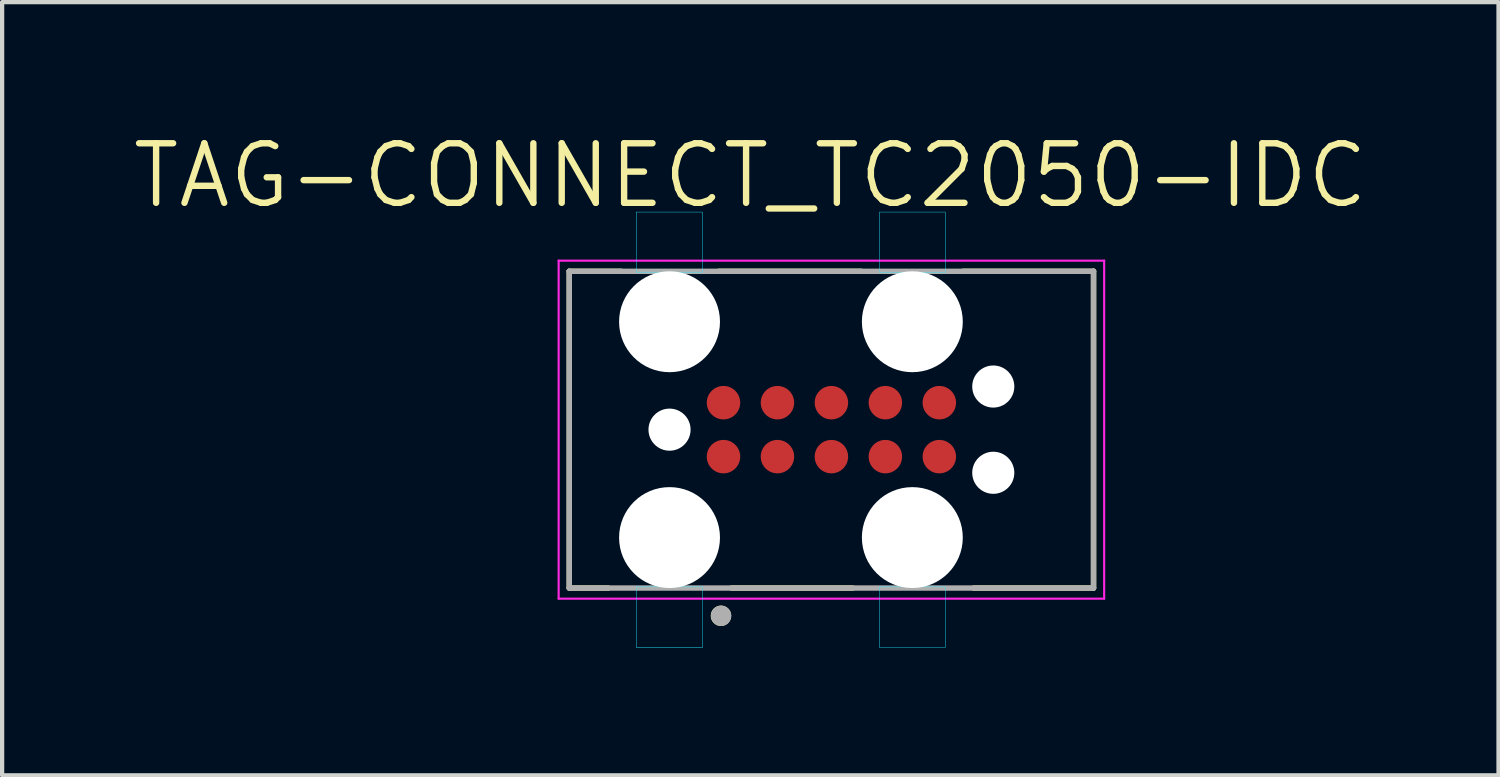
<source format=kicad_pcb>
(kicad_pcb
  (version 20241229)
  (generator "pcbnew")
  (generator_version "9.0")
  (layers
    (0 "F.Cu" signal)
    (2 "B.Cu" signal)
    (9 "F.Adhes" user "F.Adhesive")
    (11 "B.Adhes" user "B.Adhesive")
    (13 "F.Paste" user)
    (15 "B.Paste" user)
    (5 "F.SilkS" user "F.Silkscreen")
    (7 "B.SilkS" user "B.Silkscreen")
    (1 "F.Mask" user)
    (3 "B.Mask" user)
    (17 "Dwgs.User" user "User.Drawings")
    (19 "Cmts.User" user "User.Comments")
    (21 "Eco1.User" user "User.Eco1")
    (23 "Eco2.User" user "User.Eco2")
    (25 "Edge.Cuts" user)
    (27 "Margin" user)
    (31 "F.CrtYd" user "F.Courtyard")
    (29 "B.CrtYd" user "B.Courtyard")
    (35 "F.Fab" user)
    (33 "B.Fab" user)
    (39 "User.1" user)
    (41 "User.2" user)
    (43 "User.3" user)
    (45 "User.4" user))
  (footprint "TAG-CONNECT_TC2050-IDC"
    (layer "F.Cu")
    (at 16.519 7.063)
    (property "Reference" "TAG-CONNECT_TC2050-IDC" (at -1.908 -5.98 0) (layer "F.SilkS") (effects (font (size 1.402 1.402) (thickness 0.15))))
    (attr smd)
    (fp_line (start -6.17 -3.728) (end -4.95 -3.728) (stroke (width 0.127) (type solid)) (layer "F.SilkS"))
    (fp_line (start -6.17 3.728) (end -6.17 -3.728) (stroke (width 0.127) (type solid)) (layer "F.SilkS"))
    (fp_line (start -5.25 3.728) (end -6.17 3.728) (stroke (width 0.127) (type solid)) (layer "F.SilkS"))
    (fp_line (start -2.65 -3.728) (end 0.7 -3.728) (stroke (width 0.127) (type solid)) (layer "F.SilkS"))
    (fp_line (start 0.5 3.728) (end -2.35 3.728) (stroke (width 0.127) (type solid)) (layer "F.SilkS"))
    (fp_line (start 3.1 -3.728) (end 6.17 -3.728) (stroke (width 0.127) (type solid)) (layer "F.SilkS"))
    (fp_line (start 6.17 -3.728) (end 6.17 3.728) (stroke (width 0.127) (type solid)) (layer "F.SilkS"))
    (fp_line (start 6.17 3.728) (end 3.35 3.728) (stroke (width 0.127) (type solid)) (layer "F.SilkS"))
    (fp_circle (center -2.6 4.381) (end -2.48 4.381) (stroke (width 0.24) (type solid)) (fill no) (layer "F.SilkS"))
    (fp_poly (pts (xy -4.593 -5.122) (xy -3.035 -5.122) (xy -3.035 -3.707) (xy -4.593 -3.707)) (stroke (width 0.01) (type solid)) (fill no) (layer "B.CrtYd"))
    (fp_poly (pts (xy -4.59 3.7) (xy -3.035 3.7) (xy -3.035 5.129) (xy -4.59 5.129)) (stroke (width 0.01) (type solid)) (fill no) (layer "B.CrtYd"))
    (fp_poly (pts (xy 1.132 -5.122) (xy 2.679 -5.122) (xy 2.679 -3.706) (xy 1.132 -3.706)) (stroke (width 0.01) (type solid)) (fill no) (layer "B.CrtYd"))
    (fp_poly (pts (xy 1.132 3.7) (xy 2.679 3.7) (xy 2.679 5.13) (xy 1.132 5.13)) (stroke (width 0.01) (type solid)) (fill no) (layer "B.CrtYd"))
    (fp_line (start -6.42 -3.978) (end 6.42 -3.978) (stroke (width 0.05) (type solid)) (layer "F.CrtYd"))
    (fp_line (start -6.42 3.978) (end -6.42 -3.978) (stroke (width 0.05) (type solid)) (layer "F.CrtYd"))
    (fp_line (start 6.42 -3.978) (end 6.42 3.978) (stroke (width 0.05) (type solid)) (layer "F.CrtYd"))
    (fp_line (start 6.42 3.978) (end -6.42 3.978) (stroke (width 0.05) (type solid)) (layer "F.CrtYd"))
    (fp_line (start -6.17 -3.728) (end 6.17 -3.728) (stroke (width 0.127) (type solid)) (layer "F.Fab"))
    (fp_line (start -6.17 3.728) (end -6.17 -3.728) (stroke (width 0.127) (type solid)) (layer "F.Fab"))
    (fp_line (start 6.17 -3.728) (end 6.17 3.728) (stroke (width 0.127) (type solid)) (layer "F.Fab"))
    (fp_line (start 6.17 3.728) (end -6.17 3.728) (stroke (width 0.127) (type solid)) (layer "F.Fab"))
    (fp_circle (center -2.595 4.381) (end -2.475 4.381) (stroke (width 0.24) (type solid)) (fill no) (layer "F.Fab"))
    (pad "" np_thru_hole circle (at -3.81 -2.54) (size 2.375 2.375) (drill 2.375) (layers "*.Cu" "*.Mask"))
    (pad "" np_thru_hole circle (at -3.81 0) (size 0.991 0.991) (drill 0.991) (layers "*.Cu" "*.Mask"))
    (pad "" np_thru_hole circle (at -3.81 2.54) (size 2.375 2.375) (drill 2.375) (layers "*.Cu" "*.Mask"))
    (pad "" np_thru_hole circle (at 1.905 -2.54) (size 2.375 2.375) (drill 2.375) (layers "*.Cu" "*.Mask"))
    (pad "" np_thru_hole circle (at 1.905 2.54) (size 2.375 2.375) (drill 2.375) (layers "*.Cu" "*.Mask"))
    (pad "" np_thru_hole circle (at 3.81 -1.015) (size 0.991 0.991) (drill 0.991) (layers "*.Cu" "*.Mask"))
    (pad "" np_thru_hole circle (at 3.81 1.015) (size 0.991 0.991) (drill 0.991) (layers "*.Cu" "*.Mask"))
    (pad "1" smd circle (at -2.54 0.635) (size 0.787 0.787) (layers "F.Cu" "F.Mask"))
    (pad "2" smd circle (at -1.27 0.635) (size 0.787 0.787) (layers "F.Cu" "F.Mask"))
    (pad "3" smd circle (at 0 0.635) (size 0.787 0.787) (layers "F.Cu" "F.Mask"))
    (pad "4" smd circle (at 1.27 0.635) (size 0.787 0.787) (layers "F.Cu" "F.Mask"))
    (pad "5" smd circle (at 2.54 0.635) (size 0.787 0.787) (layers "F.Cu" "F.Mask"))
    (pad "6" smd circle (at 2.54 -0.635) (size 0.787 0.787) (layers "F.Cu" "F.Mask"))
    (pad "7" smd circle (at 1.27 -0.635) (size 0.787 0.787) (layers "F.Cu" "F.Mask"))
    (pad "8" smd circle (at 0 -0.635) (size 0.787 0.787) (layers "F.Cu" "F.Mask"))
    (pad "9" smd circle (at -1.27 -0.635) (size 0.787 0.787) (layers "F.Cu" "F.Mask"))
    (pad "10" smd circle (at -2.54 -0.635) (size 0.787 0.787) (layers "F.Cu" "F.Mask"))
    (zone (net_name "") (layer "F.Cu") (hatch full 0.508) (connect_pads) (min_thickness 0.0001) (filled_areas_thickness no) (keepout (tracks not_allowed) (vias not_allowed) (pads not_allowed) (copperpour not_allowed) (footprints allowed)) (placement (enabled no)) (fill) (polygon (pts (xy 13.979 7.063) (xy 13.979 7.305) (xy 19.059 7.305) (xy 19.059 6.822) (xy 13.979 6.822))))
    (zone (net_name "") (layer "F.Cu") (hatch full 0.508) (connect_pads) (min_thickness 0.0001) (filled_areas_thickness no) (keepout (tracks not_allowed) (vias not_allowed) (pads not_allowed) (copperpour not_allowed) (footprints allowed)) (placement (enabled no)) (fill) (polygon (pts (xy 13.979 7.305) (xy 15.249 7.304) (xy 15.228 7.305) (xy 15.208 7.306) (xy 15.187 7.309) (xy 15.167 7.313) (xy 15.147 7.318) (xy 15.127 7.324) (xy 15.108 7.33) (xy 15.089 7.338) (xy 15.07 7.347) (xy 15.052 7.357) (xy 15.035 7.368) (xy 15.018 7.379) (xy 15.001 7.392) (xy 14.986 7.405) (xy 14.971 7.42) (xy 14.956 7.435) (xy 14.943 7.45) (xy 14.93 7.467) (xy 14.919 7.484) (xy 14.908 7.501) (xy 14.898 7.519) (xy 14.889 7.538) (xy 14.881 7.557) (xy 14.875 7.576) (xy 14.869 7.596) (xy 14.864 7.616) (xy 14.86 7.636) (xy 14.857 7.657) (xy 14.856 7.677) (xy 14.855 7.698) (xy 14.373 7.698) (xy 14.372 7.677) (xy 14.371 7.657) (xy 14.368 7.636) (xy 14.364 7.616) (xy 14.359 7.596) (xy 14.353 7.576) (xy 14.347 7.557) (xy 14.339 7.538) (xy 14.33 7.519) (xy 14.32 7.501) (xy 14.309 7.484) (xy 14.298 7.467) (xy 14.285 7.45) (xy 14.272 7.435) (xy 14.257 7.42) (xy 14.242 7.405) (xy 14.227 7.392) (xy 14.21 7.379) (xy 14.193 7.368) (xy 14.176 7.357) (xy 14.158 7.347) (xy 14.139 7.338) (xy 14.12 7.33) (xy 14.101 7.324) (xy 14.081 7.318) (xy 14.061 7.313) (xy 14.041 7.309) (xy 14.02 7.306) (xy 14 7.305) (xy 13.979 7.304))))
    (zone (net_name "") (layer "F.Cu") (hatch full 0.508) (connect_pads) (min_thickness 0.0001) (filled_areas_thickness no) (keepout (tracks not_allowed) (vias not_allowed) (pads not_allowed) (copperpour not_allowed) (footprints allowed)) (placement (enabled no)) (fill) (polygon (pts (xy 15.249 6.822) (xy 13.979 6.822) (xy 14 6.821) (xy 14.02 6.82) (xy 14.041 6.817) (xy 14.061 6.813) (xy 14.081 6.808) (xy 14.101 6.802) (xy 14.12 6.796) (xy 14.139 6.788) (xy 14.158 6.779) (xy 14.176 6.769) (xy 14.193 6.758) (xy 14.21 6.747) (xy 14.227 6.734) (xy 14.242 6.721) (xy 14.257 6.706) (xy 14.272 6.691) (xy 14.285 6.676) (xy 14.298 6.659) (xy 14.309 6.642) (xy 14.32 6.625) (xy 14.33 6.607) (xy 14.339 6.588) (xy 14.347 6.569) (xy 14.353 6.55) (xy 14.359 6.53) (xy 14.364 6.51) (xy 14.368 6.49) (xy 14.371 6.469) (xy 14.372 6.449) (xy 14.373 6.428) (xy 14.855 6.428) (xy 14.856 6.449) (xy 14.857 6.469) (xy 14.86 6.49) (xy 14.864 6.51) (xy 14.869 6.53) (xy 14.875 6.55) (xy 14.881 6.569) (xy 14.889 6.588) (xy 14.898 6.607) (xy 14.908 6.625) (xy 14.919 6.642) (xy 14.93 6.659) (xy 14.943 6.676) (xy 14.956 6.691) (xy 14.971 6.706) (xy 14.986 6.721) (xy 15.001 6.734) (xy 15.018 6.747) (xy 15.035 6.758) (xy 15.052 6.769) (xy 15.07 6.779) (xy 15.089 6.788) (xy 15.108 6.796) (xy 15.127 6.802) (xy 15.147 6.808) (xy 15.167 6.813) (xy 15.187 6.817) (xy 15.208 6.82) (xy 15.228 6.821) (xy 15.249 6.822))))
    (zone (net_name "") (layer "F.Cu") (hatch full 0.508) (connect_pads) (min_thickness 0.0001) (filled_areas_thickness no) (keepout (tracks not_allowed) (vias not_allowed) (pads not_allowed) (copperpour not_allowed) (footprints allowed)) (placement (enabled no)) (fill) (polygon (pts (xy 15.249 7.305) (xy 16.519 7.304) (xy 16.498 7.305) (xy 16.478 7.306) (xy 16.457 7.309) (xy 16.437 7.313) (xy 16.417 7.318) (xy 16.397 7.324) (xy 16.378 7.33) (xy 16.359 7.338) (xy 16.34 7.347) (xy 16.322 7.357) (xy 16.305 7.368) (xy 16.288 7.379) (xy 16.271 7.392) (xy 16.256 7.405) (xy 16.241 7.42) (xy 16.226 7.435) (xy 16.213 7.45) (xy 16.2 7.467) (xy 16.189 7.484) (xy 16.178 7.501) (xy 16.168 7.519) (xy 16.159 7.538) (xy 16.151 7.557) (xy 16.145 7.576) (xy 16.139 7.596) (xy 16.134 7.616) (xy 16.13 7.636) (xy 16.127 7.657) (xy 16.126 7.677) (xy 16.125 7.698) (xy 15.643 7.698) (xy 15.642 7.677) (xy 15.641 7.657) (xy 15.638 7.636) (xy 15.634 7.616) (xy 15.629 7.596) (xy 15.623 7.576) (xy 15.617 7.557) (xy 15.609 7.538) (xy 15.6 7.519) (xy 15.59 7.501) (xy 15.579 7.484) (xy 15.568 7.467) (xy 15.555 7.45) (xy 15.542 7.435) (xy 15.527 7.42) (xy 15.512 7.405) (xy 15.497 7.392) (xy 15.48 7.379) (xy 15.463 7.368) (xy 15.446 7.357) (xy 15.428 7.347) (xy 15.409 7.338) (xy 15.39 7.33) (xy 15.371 7.324) (xy 15.351 7.318) (xy 15.331 7.313) (xy 15.311 7.309) (xy 15.29 7.306) (xy 15.27 7.305) (xy 15.249 7.304))))
    (zone (net_name "") (layer "F.Cu") (hatch full 0.508) (connect_pads) (min_thickness 0.0001) (filled_areas_thickness no) (keepout (tracks not_allowed) (vias not_allowed) (pads not_allowed) (copperpour not_allowed) (footprints allowed)) (placement (enabled no)) (fill) (polygon (pts (xy 16.519 6.822) (xy 15.249 6.822) (xy 15.27 6.821) (xy 15.29 6.82) (xy 15.311 6.817) (xy 15.331 6.813) (xy 15.351 6.808) (xy 15.371 6.802) (xy 15.39 6.796) (xy 15.409 6.788) (xy 15.428 6.779) (xy 15.446 6.769) (xy 15.463 6.758) (xy 15.48 6.747) (xy 15.497 6.734) (xy 15.512 6.721) (xy 15.527 6.706) (xy 15.542 6.691) (xy 15.555 6.676) (xy 15.568 6.659) (xy 15.579 6.642) (xy 15.59 6.625) (xy 15.6 6.607) (xy 15.609 6.588) (xy 15.617 6.569) (xy 15.623 6.55) (xy 15.629 6.53) (xy 15.634 6.51) (xy 15.638 6.49) (xy 15.641 6.469) (xy 15.642 6.449) (xy 15.643 6.428) (xy 16.125 6.428) (xy 16.126 6.449) (xy 16.127 6.469) (xy 16.13 6.49) (xy 16.134 6.51) (xy 16.139 6.53) (xy 16.145 6.55) (xy 16.151 6.569) (xy 16.159 6.588) (xy 16.168 6.607) (xy 16.178 6.625) (xy 16.189 6.642) (xy 16.2 6.659) (xy 16.213 6.676) (xy 16.226 6.691) (xy 16.241 6.706) (xy 16.256 6.721) (xy 16.271 6.734) (xy 16.288 6.747) (xy 16.305 6.758) (xy 16.322 6.769) (xy 16.34 6.779) (xy 16.359 6.788) (xy 16.378 6.796) (xy 16.397 6.802) (xy 16.417 6.808) (xy 16.437 6.813) (xy 16.457 6.817) (xy 16.478 6.82) (xy 16.498 6.821) (xy 16.519 6.822))))
    (zone (net_name "") (layer "F.Cu") (hatch full 0.508) (connect_pads) (min_thickness 0.0001) (filled_areas_thickness no) (keepout (tracks not_allowed) (vias not_allowed) (pads not_allowed) (copperpour not_allowed) (footprints allowed)) (placement (enabled no)) (fill) (polygon (pts (xy 16.519 7.305) (xy 17.789 7.304) (xy 17.768 7.305) (xy 17.748 7.306) (xy 17.727 7.309) (xy 17.707 7.313) (xy 17.687 7.318) (xy 17.667 7.324) (xy 17.648 7.33) (xy 17.629 7.338) (xy 17.61 7.347) (xy 17.592 7.357) (xy 17.575 7.368) (xy 17.558 7.379) (xy 17.541 7.392) (xy 17.526 7.405) (xy 17.511 7.42) (xy 17.496 7.435) (xy 17.483 7.45) (xy 17.47 7.467) (xy 17.459 7.484) (xy 17.448 7.501) (xy 17.438 7.519) (xy 17.429 7.538) (xy 17.421 7.557) (xy 17.415 7.576) (xy 17.409 7.596) (xy 17.404 7.616) (xy 17.4 7.636) (xy 17.397 7.657) (xy 17.396 7.677) (xy 17.395 7.698) (xy 16.913 7.698) (xy 16.912 7.677) (xy 16.911 7.657) (xy 16.908 7.636) (xy 16.904 7.616) (xy 16.899 7.596) (xy 16.893 7.576) (xy 16.887 7.557) (xy 16.879 7.538) (xy 16.87 7.519) (xy 16.86 7.501) (xy 16.849 7.484) (xy 16.838 7.467) (xy 16.825 7.45) (xy 16.812 7.435) (xy 16.797 7.42) (xy 16.782 7.405) (xy 16.767 7.392) (xy 16.75 7.379) (xy 16.733 7.368) (xy 16.716 7.357) (xy 16.698 7.347) (xy 16.679 7.338) (xy 16.66 7.33) (xy 16.641 7.324) (xy 16.621 7.318) (xy 16.601 7.313) (xy 16.581 7.309) (xy 16.56 7.306) (xy 16.54 7.305) (xy 16.519 7.304))))
    (zone (net_name "") (layer "F.Cu") (hatch full 0.508) (connect_pads) (min_thickness 0.0001) (filled_areas_thickness no) (keepout (tracks not_allowed) (vias not_allowed) (pads not_allowed) (copperpour not_allowed) (footprints allowed)) (placement (enabled no)) (fill) (polygon (pts (xy 17.789 6.822) (xy 16.519 6.822) (xy 16.54 6.821) (xy 16.56 6.82) (xy 16.581 6.817) (xy 16.601 6.813) (xy 16.621 6.808) (xy 16.641 6.802) (xy 16.66 6.796) (xy 16.679 6.788) (xy 16.698 6.779) (xy 16.716 6.769) (xy 16.733 6.758) (xy 16.75 6.747) (xy 16.767 6.734) (xy 16.782 6.721) (xy 16.797 6.706) (xy 16.812 6.691) (xy 16.825 6.676) (xy 16.838 6.659) (xy 16.849 6.642) (xy 16.86 6.625) (xy 16.87 6.607) (xy 16.879 6.588) (xy 16.887 6.569) (xy 16.893 6.55) (xy 16.899 6.53) (xy 16.904 6.51) (xy 16.908 6.49) (xy 16.911 6.469) (xy 16.912 6.449) (xy 16.913 6.428) (xy 17.395 6.428) (xy 17.396 6.449) (xy 17.397 6.469) (xy 17.4 6.49) (xy 17.404 6.51) (xy 17.409 6.53) (xy 17.415 6.55) (xy 17.421 6.569) (xy 17.429 6.588) (xy 17.438 6.607) (xy 17.448 6.625) (xy 17.459 6.642) (xy 17.47 6.659) (xy 17.483 6.676) (xy 17.496 6.691) (xy 17.511 6.706) (xy 17.526 6.721) (xy 17.541 6.734) (xy 17.558 6.747) (xy 17.575 6.758) (xy 17.592 6.769) (xy 17.61 6.779) (xy 17.629 6.788) (xy 17.648 6.796) (xy 17.667 6.802) (xy 17.687 6.808) (xy 17.707 6.813) (xy 17.727 6.817) (xy 17.748 6.82) (xy 17.768 6.821) (xy 17.789 6.822))))
    (zone (net_name "") (layer "F.Cu") (hatch full 0.508) (connect_pads) (min_thickness 0.0001) (filled_areas_thickness no) (keepout (tracks not_allowed) (vias not_allowed) (pads not_allowed) (copperpour not_allowed) (footprints allowed)) (placement (enabled no)) (fill) (polygon (pts (xy 17.789 7.305) (xy 19.059 7.304) (xy 19.038 7.305) (xy 19.018 7.306) (xy 18.997 7.309) (xy 18.977 7.313) (xy 18.957 7.318) (xy 18.937 7.324) (xy 18.918 7.33) (xy 18.899 7.338) (xy 18.88 7.347) (xy 18.862 7.357) (xy 18.845 7.368) (xy 18.828 7.379) (xy 18.811 7.392) (xy 18.796 7.405) (xy 18.781 7.42) (xy 18.766 7.435) (xy 18.753 7.45) (xy 18.74 7.467) (xy 18.729 7.484) (xy 18.718 7.501) (xy 18.708 7.519) (xy 18.699 7.538) (xy 18.691 7.557) (xy 18.685 7.576) (xy 18.679 7.596) (xy 18.674 7.616) (xy 18.67 7.636) (xy 18.667 7.657) (xy 18.666 7.677) (xy 18.665 7.698) (xy 18.183 7.698) (xy 18.182 7.677) (xy 18.181 7.657) (xy 18.178 7.636) (xy 18.174 7.616) (xy 18.169 7.596) (xy 18.163 7.576) (xy 18.157 7.557) (xy 18.149 7.538) (xy 18.14 7.519) (xy 18.13 7.501) (xy 18.119 7.484) (xy 18.108 7.467) (xy 18.095 7.45) (xy 18.082 7.435) (xy 18.067 7.42) (xy 18.052 7.405) (xy 18.037 7.392) (xy 18.02 7.379) (xy 18.003 7.368) (xy 17.986 7.357) (xy 17.968 7.347) (xy 17.949 7.338) (xy 17.93 7.33) (xy 17.911 7.324) (xy 17.891 7.318) (xy 17.871 7.313) (xy 17.851 7.309) (xy 17.83 7.306) (xy 17.81 7.305) (xy 17.789 7.304))))
    (zone (net_name "") (layer "F.Cu") (hatch full 0.508) (connect_pads) (min_thickness 0.0001) (filled_areas_thickness no) (keepout (tracks not_allowed) (vias not_allowed) (pads not_allowed) (copperpour not_allowed) (footprints allowed)) (placement (enabled no)) (fill) (polygon (pts (xy 19.059 6.822) (xy 17.789 6.822) (xy 17.81 6.821) (xy 17.83 6.82) (xy 17.851 6.817) (xy 17.871 6.813) (xy 17.891 6.808) (xy 17.911 6.802) (xy 17.93 6.796) (xy 17.949 6.788) (xy 17.968 6.779) (xy 17.986 6.769) (xy 18.003 6.758) (xy 18.02 6.747) (xy 18.037 6.734) (xy 18.052 6.721) (xy 18.067 6.706) (xy 18.082 6.691) (xy 18.095 6.676) (xy 18.108 6.659) (xy 18.119 6.642) (xy 18.13 6.625) (xy 18.14 6.607) (xy 18.149 6.588) (xy 18.157 6.569) (xy 18.163 6.55) (xy 18.169 6.53) (xy 18.174 6.51) (xy 18.178 6.49) (xy 18.181 6.469) (xy 18.182 6.449) (xy 18.183 6.428) (xy 18.665 6.428) (xy 18.666 6.449) (xy 18.667 6.469) (xy 18.67 6.49) (xy 18.674 6.51) (xy 18.679 6.53) (xy 18.685 6.55) (xy 18.691 6.569) (xy 18.699 6.588) (xy 18.708 6.607) (xy 18.718 6.625) (xy 18.729 6.642) (xy 18.74 6.659) (xy 18.753 6.676) (xy 18.766 6.691) (xy 18.781 6.706) (xy 18.796 6.721) (xy 18.811 6.734) (xy 18.828 6.747) (xy 18.845 6.758) (xy 18.862 6.769) (xy 18.88 6.779) (xy 18.899 6.788) (xy 18.918 6.796) (xy 18.937 6.802) (xy 18.957 6.808) (xy 18.977 6.813) (xy 18.997 6.817) (xy 19.018 6.82) (xy 19.038 6.821) (xy 19.059 6.822))))
    (zone (net_name "") (layers "F.Cu" "B.Cu") (hatch full 0.508) (connect_pads) (min_thickness 0.0001) (filled_areas_thickness no) (keepout (tracks allowed) (vias not_allowed) (pads allowed) (copperpour allowed) (footprints allowed)) (placement (enabled no)) (fill) (polygon (pts (xy 13.979 6.822) (xy 13.979 7.305) (xy 19.059 7.305) (xy 19.059 6.822))))
    (zone (net_name "") (layers "F.Cu" "B.Cu") (hatch full 0.508) (connect_pads) (min_thickness 0.0001) (filled_areas_thickness no) (keepout (tracks allowed) (vias not_allowed) (pads allowed) (copperpour allowed) (footprints allowed)) (placement (enabled no)) (fill) (polygon (pts (xy 13.979 7.305) (xy 15.249 7.304) (xy 15.228 7.305) (xy 15.208 7.306) (xy 15.187 7.309) (xy 15.167 7.313) (xy 15.147 7.318) (xy 15.127 7.324) (xy 15.108 7.33) (xy 15.089 7.338) (xy 15.07 7.347) (xy 15.052 7.357) (xy 15.035 7.368) (xy 15.018 7.379) (xy 15.001 7.392) (xy 14.986 7.405) (xy 14.971 7.42) (xy 14.956 7.435) (xy 14.943 7.45) (xy 14.93 7.467) (xy 14.919 7.484) (xy 14.908 7.501) (xy 14.898 7.519) (xy 14.889 7.538) (xy 14.881 7.557) (xy 14.875 7.576) (xy 14.869 7.596) (xy 14.864 7.616) (xy 14.86 7.636) (xy 14.857 7.657) (xy 14.856 7.677) (xy 14.855 7.698) (xy 14.373 7.698) (xy 14.372 7.677) (xy 14.371 7.657) (xy 14.368 7.636) (xy 14.364 7.616) (xy 14.359 7.596) (xy 14.353 7.576) (xy 14.347 7.557) (xy 14.339 7.538) (xy 14.33 7.519) (xy 14.32 7.501) (xy 14.309 7.484) (xy 14.298 7.467) (xy 14.285 7.45) (xy 14.272 7.435) (xy 14.257 7.42) (xy 14.242 7.405) (xy 14.227 7.392) (xy 14.21 7.379) (xy 14.193 7.368) (xy 14.176 7.357) (xy 14.158 7.347) (xy 14.139 7.338) (xy 14.12 7.33) (xy 14.101 7.324) (xy 14.081 7.318) (xy 14.061 7.313) (xy 14.041 7.309) (xy 14.02 7.306) (xy 14 7.305) (xy 13.979 7.304))))
    (zone (net_name "") (layers "F.Cu" "B.Cu") (hatch full 0.508) (connect_pads) (min_thickness 0.0001) (filled_areas_thickness no) (keepout (tracks allowed) (vias not_allowed) (pads allowed) (copperpour allowed) (footprints allowed)) (placement (enabled no)) (fill) (polygon (pts (xy 15.249 6.822) (xy 13.979 6.822) (xy 14 6.821) (xy 14.02 6.82) (xy 14.041 6.817) (xy 14.061 6.813) (xy 14.081 6.808) (xy 14.101 6.802) (xy 14.12 6.796) (xy 14.139 6.788) (xy 14.158 6.779) (xy 14.176 6.769) (xy 14.193 6.758) (xy 14.21 6.747) (xy 14.227 6.734) (xy 14.242 6.721) (xy 14.257 6.706) (xy 14.272 6.691) (xy 14.285 6.676) (xy 14.298 6.659) (xy 14.309 6.642) (xy 14.32 6.625) (xy 14.33 6.607) (xy 14.339 6.588) (xy 14.347 6.569) (xy 14.353 6.55) (xy 14.359 6.53) (xy 14.364 6.51) (xy 14.368 6.49) (xy 14.371 6.469) (xy 14.372 6.449) (xy 14.373 6.428) (xy 14.855 6.428) (xy 14.856 6.449) (xy 14.857 6.469) (xy 14.86 6.49) (xy 14.864 6.51) (xy 14.869 6.53) (xy 14.875 6.55) (xy 14.881 6.569) (xy 14.889 6.588) (xy 14.898 6.607) (xy 14.908 6.625) (xy 14.919 6.642) (xy 14.93 6.659) (xy 14.943 6.676) (xy 14.956 6.691) (xy 14.971 6.706) (xy 14.986 6.721) (xy 15.001 6.734) (xy 15.018 6.747) (xy 15.035 6.758) (xy 15.052 6.769) (xy 15.07 6.779) (xy 15.089 6.788) (xy 15.108 6.796) (xy 15.127 6.802) (xy 15.147 6.808) (xy 15.167 6.813) (xy 15.187 6.817) (xy 15.208 6.82) (xy 15.228 6.821) (xy 15.249 6.822))))
    (zone (net_name "") (layers "F.Cu" "B.Cu") (hatch full 0.508) (connect_pads) (min_thickness 0.0001) (filled_areas_thickness no) (keepout (tracks allowed) (vias not_allowed) (pads allowed) (copperpour allowed) (footprints allowed)) (placement (enabled no)) (fill) (polygon (pts (xy 15.249 7.305) (xy 16.519 7.304) (xy 16.498 7.305) (xy 16.478 7.306) (xy 16.457 7.309) (xy 16.437 7.313) (xy 16.417 7.318) (xy 16.397 7.324) (xy 16.378 7.33) (xy 16.359 7.338) (xy 16.34 7.347) (xy 16.322 7.357) (xy 16.305 7.368) (xy 16.288 7.379) (xy 16.271 7.392) (xy 16.256 7.405) (xy 16.241 7.42) (xy 16.226 7.435) (xy 16.213 7.45) (xy 16.2 7.467) (xy 16.189 7.484) (xy 16.178 7.501) (xy 16.168 7.519) (xy 16.159 7.538) (xy 16.151 7.557) (xy 16.145 7.576) (xy 16.139 7.596) (xy 16.134 7.616) (xy 16.13 7.636) (xy 16.127 7.657) (xy 16.126 7.677) (xy 16.125 7.698) (xy 15.643 7.698) (xy 15.642 7.677) (xy 15.641 7.657) (xy 15.638 7.636) (xy 15.634 7.616) (xy 15.629 7.596) (xy 15.623 7.576) (xy 15.617 7.557) (xy 15.609 7.538) (xy 15.6 7.519) (xy 15.59 7.501) (xy 15.579 7.484) (xy 15.568 7.467) (xy 15.555 7.45) (xy 15.542 7.435) (xy 15.527 7.42) (xy 15.512 7.405) (xy 15.497 7.392) (xy 15.48 7.379) (xy 15.463 7.368) (xy 15.446 7.357) (xy 15.428 7.347) (xy 15.409 7.338) (xy 15.39 7.33) (xy 15.371 7.324) (xy 15.351 7.318) (xy 15.331 7.313) (xy 15.311 7.309) (xy 15.29 7.306) (xy 15.27 7.305) (xy 15.249 7.304))))
    (zone (net_name "") (layers "F.Cu" "B.Cu") (hatch full 0.508) (connect_pads) (min_thickness 0.0001) (filled_areas_thickness no) (keepout (tracks allowed) (vias not_allowed) (pads allowed) (copperpour allowed) (footprints allowed)) (placement (enabled no)) (fill) (polygon (pts (xy 16.519 6.822) (xy 15.249 6.822) (xy 15.27 6.821) (xy 15.29 6.82) (xy 15.311 6.817) (xy 15.331 6.813) (xy 15.351 6.808) (xy 15.371 6.802) (xy 15.39 6.796) (xy 15.409 6.788) (xy 15.428 6.779) (xy 15.446 6.769) (xy 15.463 6.758) (xy 15.48 6.747) (xy 15.497 6.734) (xy 15.512 6.721) (xy 15.527 6.706) (xy 15.542 6.691) (xy 15.555 6.676) (xy 15.568 6.659) (xy 15.579 6.642) (xy 15.59 6.625) (xy 15.6 6.607) (xy 15.609 6.588) (xy 15.617 6.569) (xy 15.623 6.55) (xy 15.629 6.53) (xy 15.634 6.51) (xy 15.638 6.49) (xy 15.641 6.469) (xy 15.642 6.449) (xy 15.643 6.428) (xy 16.125 6.428) (xy 16.126 6.449) (xy 16.127 6.469) (xy 16.13 6.49) (xy 16.134 6.51) (xy 16.139 6.53) (xy 16.145 6.55) (xy 16.151 6.569) (xy 16.159 6.588) (xy 16.168 6.607) (xy 16.178 6.625) (xy 16.189 6.642) (xy 16.2 6.659) (xy 16.213 6.676) (xy 16.226 6.691) (xy 16.241 6.706) (xy 16.256 6.721) (xy 16.271 6.734) (xy 16.288 6.747) (xy 16.305 6.758) (xy 16.322 6.769) (xy 16.34 6.779) (xy 16.359 6.788) (xy 16.378 6.796) (xy 16.397 6.802) (xy 16.417 6.808) (xy 16.437 6.813) (xy 16.457 6.817) (xy 16.478 6.82) (xy 16.498 6.821) (xy 16.519 6.822))))
    (zone (net_name "") (layers "F.Cu" "B.Cu") (hatch full 0.508) (connect_pads) (min_thickness 0.0001) (filled_areas_thickness no) (keepout (tracks allowed) (vias not_allowed) (pads allowed) (copperpour allowed) (footprints allowed)) (placement (enabled no)) (fill) (polygon (pts (xy 16.519 7.305) (xy 17.789 7.304) (xy 17.768 7.305) (xy 17.748 7.306) (xy 17.727 7.309) (xy 17.707 7.313) (xy 17.687 7.318) (xy 17.667 7.324) (xy 17.648 7.33) (xy 17.629 7.338) (xy 17.61 7.347) (xy 17.592 7.357) (xy 17.575 7.368) (xy 17.558 7.379) (xy 17.541 7.392) (xy 17.526 7.405) (xy 17.511 7.42) (xy 17.496 7.435) (xy 17.483 7.45) (xy 17.47 7.467) (xy 17.459 7.484) (xy 17.448 7.501) (xy 17.438 7.519) (xy 17.429 7.538) (xy 17.421 7.557) (xy 17.415 7.576) (xy 17.409 7.596) (xy 17.404 7.616) (xy 17.4 7.636) (xy 17.397 7.657) (xy 17.396 7.677) (xy 17.395 7.698) (xy 16.913 7.698) (xy 16.912 7.677) (xy 16.911 7.657) (xy 16.908 7.636) (xy 16.904 7.616) (xy 16.899 7.596) (xy 16.893 7.576) (xy 16.887 7.557) (xy 16.879 7.538) (xy 16.87 7.519) (xy 16.86 7.501) (xy 16.849 7.484) (xy 16.838 7.467) (xy 16.825 7.45) (xy 16.812 7.435) (xy 16.797 7.42) (xy 16.782 7.405) (xy 16.767 7.392) (xy 16.75 7.379) (xy 16.733 7.368) (xy 16.716 7.357) (xy 16.698 7.347) (xy 16.679 7.338) (xy 16.66 7.33) (xy 16.641 7.324) (xy 16.621 7.318) (xy 16.601 7.313) (xy 16.581 7.309) (xy 16.56 7.306) (xy 16.54 7.305) (xy 16.519 7.304))))
    (zone (net_name "") (layers "F.Cu" "B.Cu") (hatch full 0.508) (connect_pads) (min_thickness 0.0001) (filled_areas_thickness no) (keepout (tracks allowed) (vias not_allowed) (pads allowed) (copperpour allowed) (footprints allowed)) (placement (enabled no)) (fill) (polygon (pts (xy 17.789 6.822) (xy 16.519 6.822) (xy 16.54 6.821) (xy 16.56 6.82) (xy 16.581 6.817) (xy 16.601 6.813) (xy 16.621 6.808) (xy 16.641 6.802) (xy 16.66 6.796) (xy 16.679 6.788) (xy 16.698 6.779) (xy 16.716 6.769) (xy 16.733 6.758) (xy 16.75 6.747) (xy 16.767 6.734) (xy 16.782 6.721) (xy 16.797 6.706) (xy 16.812 6.691) (xy 16.825 6.676) (xy 16.838 6.659) (xy 16.849 6.642) (xy 16.86 6.625) (xy 16.87 6.607) (xy 16.879 6.588) (xy 16.887 6.569) (xy 16.893 6.55) (xy 16.899 6.53) (xy 16.904 6.51) (xy 16.908 6.49) (xy 16.911 6.469) (xy 16.912 6.449) (xy 16.913 6.428) (xy 17.395 6.428) (xy 17.396 6.449) (xy 17.397 6.469) (xy 17.4 6.49) (xy 17.404 6.51) (xy 17.409 6.53) (xy 17.415 6.55) (xy 17.421 6.569) (xy 17.429 6.588) (xy 17.438 6.607) (xy 17.448 6.625) (xy 17.459 6.642) (xy 17.47 6.659) (xy 17.483 6.676) (xy 17.496 6.691) (xy 17.511 6.706) (xy 17.526 6.721) (xy 17.541 6.734) (xy 17.558 6.747) (xy 17.575 6.758) (xy 17.592 6.769) (xy 17.61 6.779) (xy 17.629 6.788) (xy 17.648 6.796) (xy 17.667 6.802) (xy 17.687 6.808) (xy 17.707 6.813) (xy 17.727 6.817) (xy 17.748 6.82) (xy 17.768 6.821) (xy 17.789 6.822))))
    (zone (net_name "") (layers "F.Cu" "B.Cu") (hatch full 0.508) (connect_pads) (min_thickness 0.0001) (filled_areas_thickness no) (keepout (tracks allowed) (vias not_allowed) (pads allowed) (copperpour allowed) (footprints allowed)) (placement (enabled no)) (fill) (polygon (pts (xy 17.789 7.305) (xy 19.059 7.304) (xy 19.038 7.305) (xy 19.018 7.306) (xy 18.997 7.309) (xy 18.977 7.313) (xy 18.957 7.318) (xy 18.937 7.324) (xy 18.918 7.33) (xy 18.899 7.338) (xy 18.88 7.347) (xy 18.862 7.357) (xy 18.845 7.368) (xy 18.828 7.379) (xy 18.811 7.392) (xy 18.796 7.405) (xy 18.781 7.42) (xy 18.766 7.435) (xy 18.753 7.45) (xy 18.74 7.467) (xy 18.729 7.484) (xy 18.718 7.501) (xy 18.708 7.519) (xy 18.699 7.538) (xy 18.691 7.557) (xy 18.685 7.576) (xy 18.679 7.596) (xy 18.674 7.616) (xy 18.67 7.636) (xy 18.667 7.657) (xy 18.666 7.677) (xy 18.665 7.698) (xy 18.183 7.698) (xy 18.182 7.677) (xy 18.181 7.657) (xy 18.178 7.636) (xy 18.174 7.616) (xy 18.169 7.596) (xy 18.163 7.576) (xy 18.157 7.557) (xy 18.149 7.538) (xy 18.14 7.519) (xy 18.13 7.501) (xy 18.119 7.484) (xy 18.108 7.467) (xy 18.095 7.45) (xy 18.082 7.435) (xy 18.067 7.42) (xy 18.052 7.405) (xy 18.037 7.392) (xy 18.02 7.379) (xy 18.003 7.368) (xy 17.986 7.357) (xy 17.968 7.347) (xy 17.949 7.338) (xy 17.93 7.33) (xy 17.911 7.324) (xy 17.891 7.318) (xy 17.871 7.313) (xy 17.851 7.309) (xy 17.83 7.306) (xy 17.81 7.305) (xy 17.789 7.304))))
    (zone (net_name "") (layers "F.Cu" "B.Cu") (hatch full 0.508) (connect_pads) (min_thickness 0.0001) (filled_areas_thickness no) (keepout (tracks allowed) (vias not_allowed) (pads allowed) (copperpour allowed) (footprints allowed)) (placement (enabled no)) (fill) (polygon (pts (xy 19.059 6.822) (xy 17.789 6.822) (xy 17.81 6.821) (xy 17.83 6.82) (xy 17.851 6.817) (xy 17.871 6.813) (xy 17.891 6.808) (xy 17.911 6.802) (xy 17.93 6.796) (xy 17.949 6.788) (xy 17.968 6.779) (xy 17.986 6.769) (xy 18.003 6.758) (xy 18.02 6.747) (xy 18.037 6.734) (xy 18.052 6.721) (xy 18.067 6.706) (xy 18.082 6.691) (xy 18.095 6.676) (xy 18.108 6.659) (xy 18.119 6.642) (xy 18.13 6.625) (xy 18.14 6.607) (xy 18.149 6.588) (xy 18.157 6.569) (xy 18.163 6.55) (xy 18.169 6.53) (xy 18.174 6.51) (xy 18.178 6.49) (xy 18.181 6.469) (xy 18.182 6.449) (xy 18.183 6.428) (xy 18.665 6.428) (xy 18.666 6.449) (xy 18.667 6.469) (xy 18.67 6.49) (xy 18.674 6.51) (xy 18.679 6.53) (xy 18.685 6.55) (xy 18.691 6.569) (xy 18.699 6.588) (xy 18.708 6.607) (xy 18.718 6.625) (xy 18.729 6.642) (xy 18.74 6.659) (xy 18.753 6.676) (xy 18.766 6.691) (xy 18.781 6.706) (xy 18.796 6.721) (xy 18.811 6.734) (xy 18.828 6.747) (xy 18.845 6.758) (xy 18.862 6.769) (xy 18.88 6.779) (xy 18.899 6.788) (xy 18.918 6.796) (xy 18.937 6.802) (xy 18.957 6.808) (xy 18.977 6.813) (xy 18.997 6.817) (xy 19.018 6.82) (xy 19.038 6.821) (xy 19.059 6.822)))))
  (gr_rect
    (start -3 -3)
    (end 32.221 15.199)
    (stroke (width 0.1) (type default))
    (fill no)
    (layer "Edge.Cuts")))
</source>
